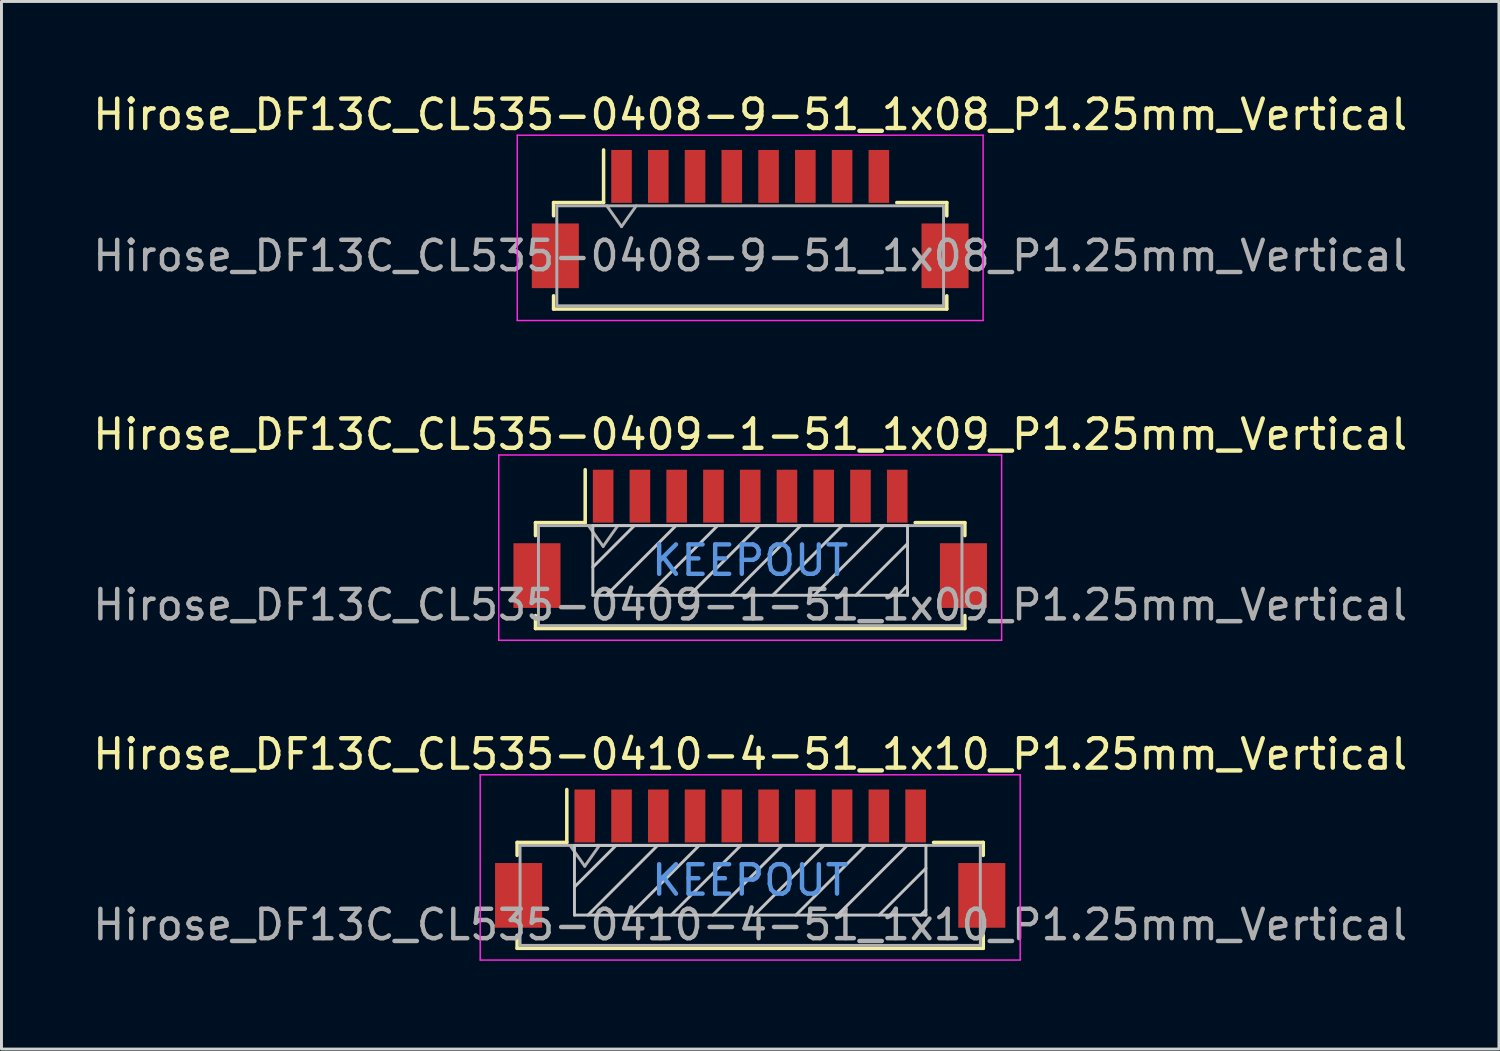
<source format=kicad_pcb>
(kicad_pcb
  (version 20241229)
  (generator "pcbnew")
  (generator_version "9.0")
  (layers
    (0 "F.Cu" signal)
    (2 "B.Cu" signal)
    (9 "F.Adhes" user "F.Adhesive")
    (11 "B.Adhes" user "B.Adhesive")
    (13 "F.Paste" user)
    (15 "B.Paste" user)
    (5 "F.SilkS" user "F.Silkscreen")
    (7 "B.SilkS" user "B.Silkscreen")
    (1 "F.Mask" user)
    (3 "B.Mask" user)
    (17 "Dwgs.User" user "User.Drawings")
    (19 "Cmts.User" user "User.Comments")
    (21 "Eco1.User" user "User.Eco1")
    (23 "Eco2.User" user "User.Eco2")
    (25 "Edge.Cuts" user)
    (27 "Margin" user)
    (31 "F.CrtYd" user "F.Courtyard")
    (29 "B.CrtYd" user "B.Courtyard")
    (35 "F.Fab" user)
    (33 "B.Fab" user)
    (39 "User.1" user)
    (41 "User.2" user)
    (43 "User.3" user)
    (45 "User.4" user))
  (footprint "Hirose_DF13C_CL535-0408-9-51_1x08_P1.25mm_Vertical"
    (layer "F.Cu")
    (at 22.458 4.398)
    (property "Reference" "Hirose_DF13C_CL535-0408-9-51_1x08_P1.25mm_Vertical" (at 0 -3.55 0) (layer "F.SilkS") (effects (font (size 1 1) (thickness 0.15))))
    (attr smd)
    (fp_line (start -6.685 -0.56) (end -4.985 -0.56) (stroke (width 0.12) (type solid)) (layer "F.SilkS"))
    (fp_line (start -6.685 -0.11) (end -6.685 -0.56) (stroke (width 0.12) (type solid)) (layer "F.SilkS"))
    (fp_line (start -6.685 2.61) (end -6.685 3.06) (stroke (width 0.12) (type solid)) (layer "F.SilkS"))
    (fp_line (start -6.685 3.06) (end 6.685 3.06) (stroke (width 0.12) (type solid)) (layer "F.SilkS"))
    (fp_line (start -4.985 -0.56) (end -4.985 -2.35) (stroke (width 0.12) (type solid)) (layer "F.SilkS"))
    (fp_line (start 6.685 -0.56) (end 4.985 -0.56) (stroke (width 0.12) (type solid)) (layer "F.SilkS"))
    (fp_line (start 6.685 -0.11) (end 6.685 -0.56) (stroke (width 0.12) (type solid)) (layer "F.SilkS"))
    (fp_line (start 6.685 3.06) (end 6.685 2.61) (stroke (width 0.12) (type solid)) (layer "F.SilkS"))
    (fp_line (start -7.92 -2.85) (end -7.92 3.45) (stroke (width 0.05) (type solid)) (layer "F.CrtYd"))
    (fp_line (start -7.92 3.45) (end 7.92 3.45) (stroke (width 0.05) (type solid)) (layer "F.CrtYd"))
    (fp_line (start 7.92 -2.85) (end -7.92 -2.85) (stroke (width 0.05) (type solid)) (layer "F.CrtYd"))
    (fp_line (start 7.92 3.45) (end 7.92 -2.85) (stroke (width 0.05) (type solid)) (layer "F.CrtYd"))
    (fp_line (start -6.575 -0.45) (end -6.575 2.95) (stroke (width 0.1) (type solid)) (layer "F.Fab"))
    (fp_line (start -6.575 -0.45) (end 6.575 -0.45) (stroke (width 0.1) (type solid)) (layer "F.Fab"))
    (fp_line (start -6.575 2.95) (end 6.575 2.95) (stroke (width 0.1) (type solid)) (layer "F.Fab"))
    (fp_line (start -4.875 -0.45) (end -4.375 0.257) (stroke (width 0.1) (type solid)) (layer "F.Fab"))
    (fp_line (start -4.375 0.257) (end -3.875 -0.45) (stroke (width 0.1) (type solid)) (layer "F.Fab"))
    (fp_line (start 6.575 -0.45) (end 6.575 2.95) (stroke (width 0.1) (type solid)) (layer "F.Fab"))
    (fp_text user "${REFERENCE}" (at 0 1.25 0) (layer "F.Fab") (effects (font (size 1 1) (thickness 0.15))))
    (pad "" smd rect (at -6.625 1.25) (size 1.6 2.2) (layers "F.Cu" "F.Mask" "F.Paste"))
    (pad "" smd rect (at 6.625 1.25) (size 1.6 2.2) (layers "F.Cu" "F.Mask" "F.Paste"))
    (pad "1" smd rect (at -4.375 -1.45) (size 0.7 1.8) (layers "F.Cu" "F.Mask" "F.Paste"))
    (pad "2" smd rect (at -3.125 -1.45) (size 0.7 1.8) (layers "F.Cu" "F.Mask" "F.Paste"))
    (pad "3" smd rect (at -1.875 -1.45) (size 0.7 1.8) (layers "F.Cu" "F.Mask" "F.Paste"))
    (pad "4" smd rect (at -0.625 -1.45) (size 0.7 1.8) (layers "F.Cu" "F.Mask" "F.Paste"))
    (pad "5" smd rect (at 0.625 -1.45) (size 0.7 1.8) (layers "F.Cu" "F.Mask" "F.Paste"))
    (pad "6" smd rect (at 1.875 -1.45) (size 0.7 1.8) (layers "F.Cu" "F.Mask" "F.Paste"))
    (pad "7" smd rect (at 3.125 -1.45) (size 0.7 1.8) (layers "F.Cu" "F.Mask" "F.Paste"))
    (pad "8" smd rect (at 4.375 -1.45) (size 0.7 1.8) (layers "F.Cu" "F.Mask" "F.Paste")))
  (footprint "Hirose_DF13C_CL535-0409-1-51_1x09_P1.25mm_Vertical"
    (layer "F.Cu")
    (at 22.458 15.271)
    (property "Reference" "Hirose_DF13C_CL535-0409-1-51_1x09_P1.25mm_Vertical" (at 0 -3.55 0) (layer "F.SilkS") (effects (font (size 1 1) (thickness 0.15))))
    (attr through_hole)
    (fp_line (start -7.3 -0.55) (end -7.3 -0.11) (stroke (width 0.12) (type solid)) (layer "F.SilkS"))
    (fp_line (start -7.3 2.61) (end -7.3 3.05) (stroke (width 0.12) (type solid)) (layer "F.SilkS"))
    (fp_line (start -7.3 3.05) (end 7.3 3.05) (stroke (width 0.12) (type solid)) (layer "F.SilkS"))
    (fp_line (start -5.61 -0.55) (end -7.3 -0.55) (stroke (width 0.12) (type solid)) (layer "F.SilkS"))
    (fp_line (start -5.61 -0.55) (end -5.61 -2.35) (stroke (width 0.12) (type solid)) (layer "F.SilkS"))
    (fp_line (start 5.61 -0.55) (end 7.3 -0.55) (stroke (width 0.12) (type solid)) (layer "F.SilkS"))
    (fp_line (start 7.3 -0.55) (end 7.3 -0.11) (stroke (width 0.12) (type solid)) (layer "F.SilkS"))
    (fp_line (start 7.3 3.05) (end 7.3 2.61) (stroke (width 0.12) (type solid)) (layer "F.SilkS"))
    (fp_line (start -5.35 -0.45) (end -5.35 1.92) (stroke (width 0.1) (type solid)) (layer "Dwgs.User"))
    (fp_line (start -5.35 1.92) (end 5.35 1.92) (stroke (width 0.1) (type solid)) (layer "Dwgs.User"))
    (fp_line (start -3.936 -0.45) (end -5.35 0.964) (stroke (width 0.1) (type solid)) (layer "Dwgs.User"))
    (fp_line (start -2.522 -0.45) (end -4.892 1.92) (stroke (width 0.1) (type solid)) (layer "Dwgs.User"))
    (fp_line (start -1.107 -0.45) (end -3.477 1.92) (stroke (width 0.1) (type solid)) (layer "Dwgs.User"))
    (fp_line (start 0.307 -0.45) (end -2.063 1.92) (stroke (width 0.1) (type solid)) (layer "Dwgs.User"))
    (fp_line (start 1.721 -0.45) (end -0.649 1.92) (stroke (width 0.1) (type solid)) (layer "Dwgs.User"))
    (fp_line (start 3.135 -0.45) (end 0.765 1.92) (stroke (width 0.1) (type solid)) (layer "Dwgs.User"))
    (fp_line (start 4.549 -0.45) (end 2.179 1.92) (stroke (width 0.1) (type solid)) (layer "Dwgs.User"))
    (fp_line (start 5.35 -0.45) (end -5.35 -0.45) (stroke (width 0.1) (type solid)) (layer "Dwgs.User"))
    (fp_line (start 5.35 0.164) (end 3.594 1.92) (stroke (width 0.1) (type solid)) (layer "Dwgs.User"))
    (fp_line (start 5.35 1.578) (end 5.008 1.92) (stroke (width 0.1) (type solid)) (layer "Dwgs.User"))
    (fp_line (start 5.35 1.92) (end 5.35 -0.45) (stroke (width 0.1) (type solid)) (layer "Dwgs.User"))
    (fp_line (start -8.55 -2.85) (end -8.55 3.45) (stroke (width 0.05) (type solid)) (layer "F.CrtYd"))
    (fp_line (start -8.55 3.45) (end 8.55 3.45) (stroke (width 0.05) (type solid)) (layer "F.CrtYd"))
    (fp_line (start 8.55 -2.85) (end -8.55 -2.85) (stroke (width 0.05) (type solid)) (layer "F.CrtYd"))
    (fp_line (start 8.55 3.45) (end 8.55 -2.85) (stroke (width 0.05) (type solid)) (layer "F.CrtYd"))
    (fp_line (start -7.2 -0.45) (end -7.2 2.95) (stroke (width 0.1) (type solid)) (layer "F.Fab"))
    (fp_line (start -7.2 2.95) (end 7.2 2.95) (stroke (width 0.1) (type solid)) (layer "F.Fab"))
    (fp_line (start -5.5 -0.45) (end -5 0.257) (stroke (width 0.1) (type solid)) (layer "F.Fab"))
    (fp_line (start -5 0.257) (end -4.5 -0.45) (stroke (width 0.1) (type solid)) (layer "F.Fab"))
    (fp_line (start 7.2 -0.45) (end -7.2 -0.45) (stroke (width 0.1) (type solid)) (layer "F.Fab"))
    (fp_line (start 7.2 2.95) (end 7.2 -0.45) (stroke (width 0.1) (type solid)) (layer "F.Fab"))
    (fp_text user "KEEPOUT" (at 0 0.735 0) (layer "Cmts.User") (effects (font (size 1 1) (thickness 0.15))))
    (fp_text user "${REFERENCE}" (at 0 2.25 0) (layer "F.Fab") (effects (font (size 1 1) (thickness 0.15))))
    (pad "" smd rect (at -7.25 1.25) (size 1.6 2.2) (layers "F.Cu" "F.Mask" "F.Paste"))
    (pad "" smd rect (at 7.25 1.25) (size 1.6 2.2) (layers "F.Cu" "F.Mask" "F.Paste"))
    (pad "1" smd rect (at -5 -1.45) (size 0.7 1.8) (layers "F.Cu" "F.Mask" "F.Paste"))
    (pad "2" smd rect (at -3.75 -1.45) (size 0.7 1.8) (layers "F.Cu" "F.Mask" "F.Paste"))
    (pad "3" smd rect (at -2.5 -1.45) (size 0.7 1.8) (layers "F.Cu" "F.Mask" "F.Paste"))
    (pad "4" smd rect (at -1.25 -1.45) (size 0.7 1.8) (layers "F.Cu" "F.Mask" "F.Paste"))
    (pad "5" smd rect (at 0 -1.45) (size 0.7 1.8) (layers "F.Cu" "F.Mask" "F.Paste"))
    (pad "6" smd rect (at 1.25 -1.45) (size 0.7 1.8) (layers "F.Cu" "F.Mask" "F.Paste"))
    (pad "7" smd rect (at 2.5 -1.45) (size 0.7 1.8) (layers "F.Cu" "F.Mask" "F.Paste"))
    (pad "8" smd rect (at 3.75 -1.45) (size 0.7 1.8) (layers "F.Cu" "F.Mask" "F.Paste"))
    (pad "9" smd rect (at 5 -1.45) (size 0.7 1.8) (layers "F.Cu" "F.Mask" "F.Paste")))
  (footprint "Hirose_DF13C_CL535-0410-4-51_1x10_P1.25mm_Vertical"
    (layer "F.Cu")
    (at 22.458 26.145)
    (property "Reference" "Hirose_DF13C_CL535-0410-4-51_1x10_P1.25mm_Vertical" (at 0 -3.55 0) (layer "F.SilkS") (effects (font (size 1 1) (thickness 0.15))))
    (attr through_hole)
    (fp_line (start -7.925 -0.55) (end -7.925 -0.11) (stroke (width 0.12) (type solid)) (layer "F.SilkS"))
    (fp_line (start -7.925 2.61) (end -7.925 3.05) (stroke (width 0.12) (type solid)) (layer "F.SilkS"))
    (fp_line (start -7.925 3.05) (end 7.925 3.05) (stroke (width 0.12) (type solid)) (layer "F.SilkS"))
    (fp_line (start -6.235 -0.55) (end -7.925 -0.55) (stroke (width 0.12) (type solid)) (layer "F.SilkS"))
    (fp_line (start -6.235 -0.55) (end -6.235 -2.35) (stroke (width 0.12) (type solid)) (layer "F.SilkS"))
    (fp_line (start 6.235 -0.55) (end 7.925 -0.55) (stroke (width 0.12) (type solid)) (layer "F.SilkS"))
    (fp_line (start 7.925 -0.55) (end 7.925 -0.11) (stroke (width 0.12) (type solid)) (layer "F.SilkS"))
    (fp_line (start 7.925 3.05) (end 7.925 2.61) (stroke (width 0.12) (type solid)) (layer "F.SilkS"))
    (fp_line (start -5.975 -0.45) (end -5.975 1.92) (stroke (width 0.1) (type solid)) (layer "Dwgs.User"))
    (fp_line (start -5.975 1.92) (end 5.975 1.92) (stroke (width 0.1) (type solid)) (layer "Dwgs.User"))
    (fp_line (start -4.561 -0.45) (end -5.975 0.964) (stroke (width 0.1) (type solid)) (layer "Dwgs.User"))
    (fp_line (start -3.147 -0.45) (end -5.517 1.92) (stroke (width 0.1) (type solid)) (layer "Dwgs.User"))
    (fp_line (start -1.732 -0.45) (end -4.102 1.92) (stroke (width 0.1) (type solid)) (layer "Dwgs.User"))
    (fp_line (start -0.318 -0.45) (end -2.688 1.92) (stroke (width 0.1) (type solid)) (layer "Dwgs.User"))
    (fp_line (start 1.096 -0.45) (end -1.274 1.92) (stroke (width 0.1) (type solid)) (layer "Dwgs.User"))
    (fp_line (start 2.51 -0.45) (end 0.14 1.92) (stroke (width 0.1) (type solid)) (layer "Dwgs.User"))
    (fp_line (start 3.924 -0.45) (end 1.554 1.92) (stroke (width 0.1) (type solid)) (layer "Dwgs.User"))
    (fp_line (start 5.339 -0.45) (end 2.969 1.92) (stroke (width 0.1) (type solid)) (layer "Dwgs.User"))
    (fp_line (start 5.975 -0.45) (end -5.975 -0.45) (stroke (width 0.1) (type solid)) (layer "Dwgs.User"))
    (fp_line (start 5.975 0.328) (end 4.383 1.92) (stroke (width 0.1) (type solid)) (layer "Dwgs.User"))
    (fp_line (start 5.975 1.742) (end 5.797 1.92) (stroke (width 0.1) (type solid)) (layer "Dwgs.User"))
    (fp_line (start 5.975 1.92) (end 5.975 -0.45) (stroke (width 0.1) (type solid)) (layer "Dwgs.User"))
    (fp_line (start -9.18 -2.85) (end -9.18 3.45) (stroke (width 0.05) (type solid)) (layer "F.CrtYd"))
    (fp_line (start -9.18 3.45) (end 9.18 3.45) (stroke (width 0.05) (type solid)) (layer "F.CrtYd"))
    (fp_line (start 9.18 -2.85) (end -9.18 -2.85) (stroke (width 0.05) (type solid)) (layer "F.CrtYd"))
    (fp_line (start 9.18 3.45) (end 9.18 -2.85) (stroke (width 0.05) (type solid)) (layer "F.CrtYd"))
    (fp_line (start -7.825 -0.45) (end -7.825 2.95) (stroke (width 0.1) (type solid)) (layer "F.Fab"))
    (fp_line (start -7.825 2.95) (end 7.825 2.95) (stroke (width 0.1) (type solid)) (layer "F.Fab"))
    (fp_line (start -6.125 -0.45) (end -5.625 0.257) (stroke (width 0.1) (type solid)) (layer "F.Fab"))
    (fp_line (start -5.625 0.257) (end -5.125 -0.45) (stroke (width 0.1) (type solid)) (layer "F.Fab"))
    (fp_line (start 7.825 -0.45) (end -7.825 -0.45) (stroke (width 0.1) (type solid)) (layer "F.Fab"))
    (fp_line (start 7.825 2.95) (end 7.825 -0.45) (stroke (width 0.1) (type solid)) (layer "F.Fab"))
    (fp_text user "KEEPOUT" (at 0 0.735 0) (layer "Cmts.User") (effects (font (size 1 1) (thickness 0.15))))
    (fp_text user "${REFERENCE}" (at 0 2.25 0) (layer "F.Fab") (effects (font (size 1 1) (thickness 0.15))))
    (pad "" smd rect (at -7.875 1.25) (size 1.6 2.2) (layers "F.Cu" "F.Mask" "F.Paste"))
    (pad "" smd rect (at 7.875 1.25) (size 1.6 2.2) (layers "F.Cu" "F.Mask" "F.Paste"))
    (pad "1" smd rect (at -5.625 -1.45) (size 0.7 1.8) (layers "F.Cu" "F.Mask" "F.Paste"))
    (pad "2" smd rect (at -4.375 -1.45) (size 0.7 1.8) (layers "F.Cu" "F.Mask" "F.Paste"))
    (pad "3" smd rect (at -3.125 -1.45) (size 0.7 1.8) (layers "F.Cu" "F.Mask" "F.Paste"))
    (pad "4" smd rect (at -1.875 -1.45) (size 0.7 1.8) (layers "F.Cu" "F.Mask" "F.Paste"))
    (pad "5" smd rect (at -0.625 -1.45) (size 0.7 1.8) (layers "F.Cu" "F.Mask" "F.Paste"))
    (pad "6" smd rect (at 0.625 -1.45) (size 0.7 1.8) (layers "F.Cu" "F.Mask" "F.Paste"))
    (pad "7" smd rect (at 1.875 -1.45) (size 0.7 1.8) (layers "F.Cu" "F.Mask" "F.Paste"))
    (pad "8" smd rect (at 3.125 -1.45) (size 0.7 1.8) (layers "F.Cu" "F.Mask" "F.Paste"))
    (pad "9" smd rect (at 4.375 -1.45) (size 0.7 1.8) (layers "F.Cu" "F.Mask" "F.Paste"))
    (pad "10" smd rect (at 5.625 -1.45) (size 0.7 1.8) (layers "F.Cu" "F.Mask" "F.Paste")))
  (gr_rect
    (start -3 -3)
    (end 47.917 32.62)
    (stroke (width 0.1) (type default))
    (fill no)
    (layer "Edge.Cuts")))
</source>
